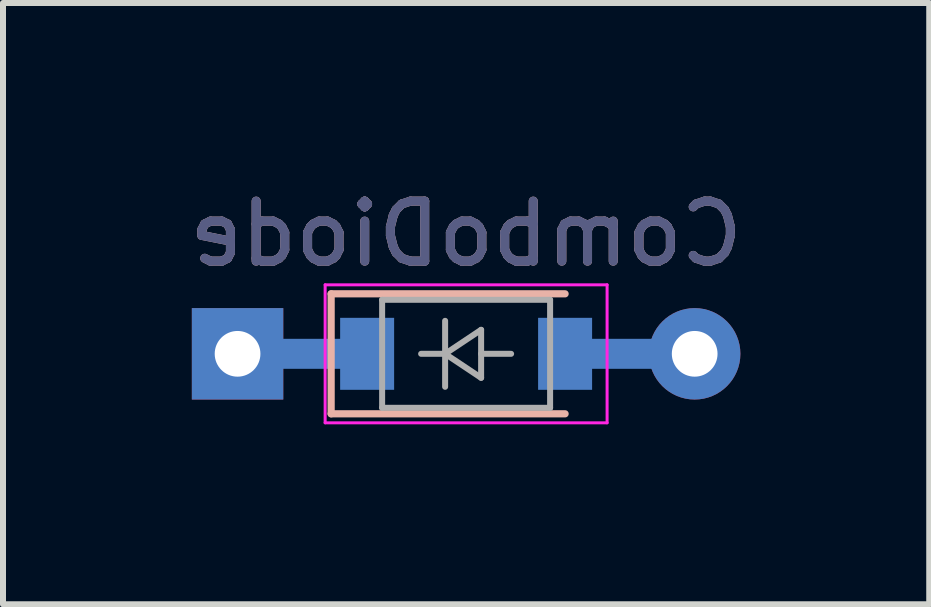
<source format=kicad_pcb>
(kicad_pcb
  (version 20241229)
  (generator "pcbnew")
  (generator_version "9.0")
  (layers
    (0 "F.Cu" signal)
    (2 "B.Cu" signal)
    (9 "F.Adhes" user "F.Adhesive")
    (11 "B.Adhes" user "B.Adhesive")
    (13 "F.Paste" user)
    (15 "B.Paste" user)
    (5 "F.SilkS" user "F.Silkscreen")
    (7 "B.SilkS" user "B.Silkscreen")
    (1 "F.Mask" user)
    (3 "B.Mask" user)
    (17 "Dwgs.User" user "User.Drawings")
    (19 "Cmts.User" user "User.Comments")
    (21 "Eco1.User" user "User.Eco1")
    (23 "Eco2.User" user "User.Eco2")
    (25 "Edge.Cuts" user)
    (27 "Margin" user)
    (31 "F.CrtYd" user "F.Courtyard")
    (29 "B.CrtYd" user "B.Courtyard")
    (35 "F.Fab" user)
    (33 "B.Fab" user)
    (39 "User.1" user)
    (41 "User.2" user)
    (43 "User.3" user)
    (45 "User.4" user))
  (footprint "ComboDiode"
    (layer "F.Cu")
    (at 4.72 2.848)
    (property "Reference" "ComboDiode" (at 0 -2 0) (layer "B.SilkS") (effects (font (size 1 1) (thickness 0.15)) (justify mirror)))
    (attr smd)
    (fp_line (start -2.25 -1) (end 1.65 -1) (stroke (width 0.12) (type solid)) (layer "B.SilkS"))
    (fp_line (start -2.25 1) (end -2.25 -1) (stroke (width 0.12) (type solid)) (layer "B.SilkS"))
    (fp_line (start -2.25 1) (end 1.65 1) (stroke (width 0.12) (type solid)) (layer "B.SilkS"))
    (fp_line (start -2.35 -1.15) (end -2.35 1.15) (stroke (width 0.05) (type solid)) (layer "F.CrtYd"))
    (fp_line (start -2.35 -1.15) (end 2.35 -1.15) (stroke (width 0.05) (type solid)) (layer "F.CrtYd"))
    (fp_line (start 2.35 -1.15) (end 2.35 1.15) (stroke (width 0.05) (type solid)) (layer "F.CrtYd"))
    (fp_line (start 2.35 1.15) (end -2.35 1.15) (stroke (width 0.05) (type solid)) (layer "F.CrtYd"))
    (fp_line (start -1.4 -0.9) (end 1.4 -0.9) (stroke (width 0.1) (type solid)) (layer "F.Fab"))
    (fp_line (start -1.4 0.9) (end -1.4 -0.9) (stroke (width 0.1) (type solid)) (layer "F.Fab"))
    (fp_line (start -0.75 0) (end -0.35 0) (stroke (width 0.1) (type solid)) (layer "F.Fab"))
    (fp_line (start -0.35 0) (end -0.35 -0.55) (stroke (width 0.1) (type solid)) (layer "F.Fab"))
    (fp_line (start -0.35 0) (end -0.35 0.55) (stroke (width 0.1) (type solid)) (layer "F.Fab"))
    (fp_line (start -0.35 0) (end 0.25 -0.4) (stroke (width 0.1) (type solid)) (layer "F.Fab"))
    (fp_line (start 0.25 -0.4) (end 0.25 0.4) (stroke (width 0.1) (type solid)) (layer "F.Fab"))
    (fp_line (start 0.25 0) (end 0.75 0) (stroke (width 0.1) (type solid)) (layer "F.Fab"))
    (fp_line (start 0.25 0.4) (end -0.35 0) (stroke (width 0.1) (type solid)) (layer "F.Fab"))
    (fp_line (start 1.4 -0.9) (end 1.4 0.9) (stroke (width 0.1) (type solid)) (layer "F.Fab"))
    (fp_line (start 1.4 0.9) (end -1.4 0.9) (stroke (width 0.1) (type solid)) (layer "F.Fab"))
    (fp_text user "${REFERENCE}" (at 0 -2 0) (layer "B.Fab") (effects (font (size 1 1) (thickness 0.15)) (justify mirror)))
    (pad "" connect rect (at -2.54 0) (size 1.524 0.5) (layers "B.Cu"))
    (pad "" smd rect (at -1.65 0) (size 0.9 1.2) (layers "B.Cu" "B.Mask" "B.Paste"))
    (pad "" smd rect (at 1.65 0) (size 0.9 1.2) (layers "B.Cu" "B.Mask" "B.Paste"))
    (pad "" connect rect (at 2.54 0) (size 1.524 0.5) (layers "B.Cu"))
    (pad "1" thru_hole rect (at -3.81 0) (size 1.524 1.524) (drill 0.762) (layers "*.Cu" "*.Mask"))
    (pad "2" thru_hole circle (at 3.81 0) (size 1.524 1.524) (drill 0.762) (layers "*.Cu" "*.Mask")))
  (gr_rect
    (start -3 -3)
    (end 12.44 7.023)
    (stroke (width 0.1) (type default))
    (fill no)
    (layer "Edge.Cuts")))
</source>
